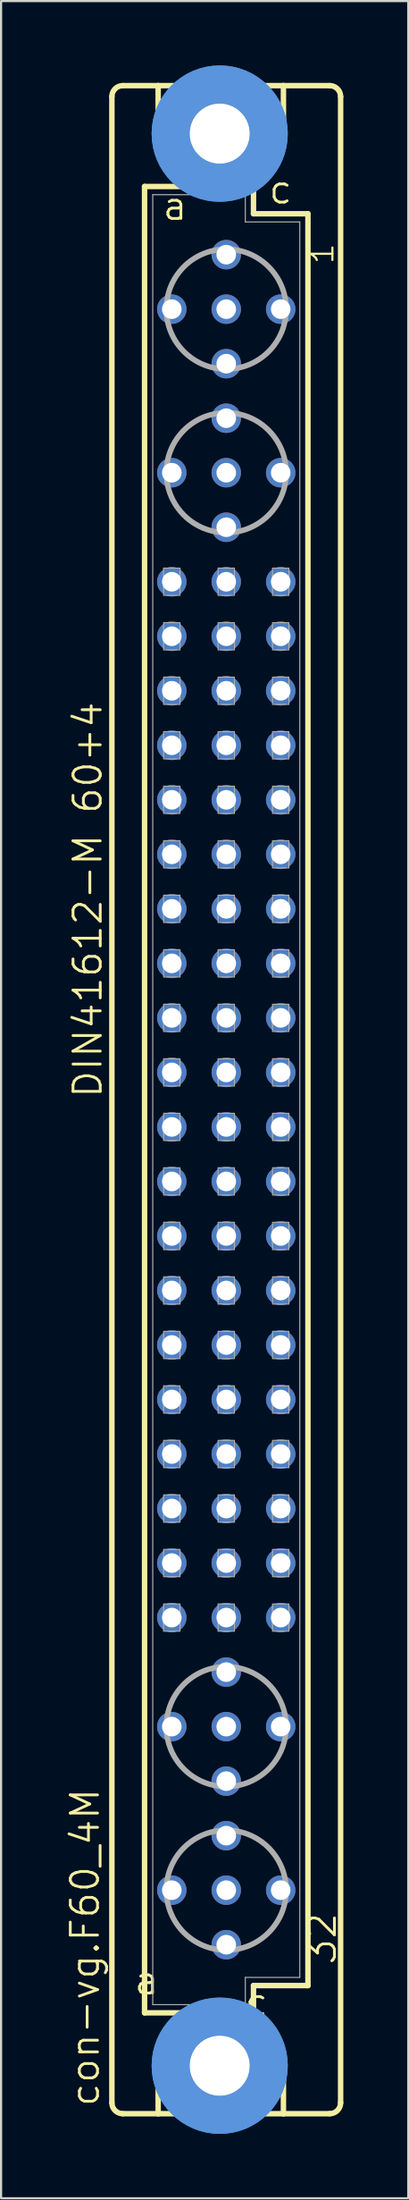
<source format=kicad_pcb>
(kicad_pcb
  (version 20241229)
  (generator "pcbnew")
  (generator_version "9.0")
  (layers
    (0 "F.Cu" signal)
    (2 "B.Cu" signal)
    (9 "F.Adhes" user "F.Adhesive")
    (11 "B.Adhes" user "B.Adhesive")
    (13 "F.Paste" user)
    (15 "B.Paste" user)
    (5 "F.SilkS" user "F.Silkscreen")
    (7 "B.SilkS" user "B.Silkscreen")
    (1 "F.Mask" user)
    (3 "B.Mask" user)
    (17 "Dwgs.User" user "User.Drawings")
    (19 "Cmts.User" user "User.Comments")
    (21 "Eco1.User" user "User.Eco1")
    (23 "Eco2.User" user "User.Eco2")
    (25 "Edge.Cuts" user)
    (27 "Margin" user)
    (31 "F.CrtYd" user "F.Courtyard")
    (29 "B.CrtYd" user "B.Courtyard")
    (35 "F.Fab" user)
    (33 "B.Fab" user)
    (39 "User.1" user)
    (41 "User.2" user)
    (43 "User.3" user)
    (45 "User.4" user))
  (footprint "con-vg.F60_4M"
    (layer "F.Cu")
    (at 7.502 48.184)
    (property "Reference" "con-vg.F60_4M" (at -5.842 46.99 90) (layer "F.SilkS") (effects (font (size 1.27 1.27) (thickness 0.13)) (justify left bottom)))
    (attr through_hole)
    (fp_line (start -5.334 46.736) (end -5.334 -46.736) (stroke (width 0.254) (type default)) (layer "F.SilkS"))
    (fp_line (start -4.826 -47.244) (end -3.175 -47.244) (stroke (width 0.254) (type default)) (layer "F.SilkS"))
    (fp_line (start -4.826 47.244) (end -3.175 47.244) (stroke (width 0.254) (type default)) (layer "F.SilkS"))
    (fp_line (start -3.81 -42.545) (end -3.81 42.545) (stroke (width 0.254) (type default)) (layer "F.SilkS"))
    (fp_line (start -3.81 42.545) (end -1.651 42.545) (stroke (width 0.254) (type default)) (layer "F.SilkS"))
    (fp_line (start -3.175 -47.244) (end -3.175 -44.45) (stroke (width 0.254) (type default)) (layer "F.SilkS"))
    (fp_line (start -3.175 47.244) (end -3.175 44.45) (stroke (width 0.254) (type default)) (layer "F.SilkS"))
    (fp_line (start -3.175 47.244) (end 2.667 47.244) (stroke (width 0.254) (type default)) (layer "F.SilkS"))
    (fp_line (start -1.651 -42.545) (end -3.81 -42.545) (stroke (width 0.254) (type default)) (layer "F.SilkS"))
    (fp_line (start -1.651 -42.545) (end -3.175 -44.45) (stroke (width 0.254) (type default)) (layer "F.SilkS"))
    (fp_line (start -1.651 42.545) (end -3.175 44.45) (stroke (width 0.254) (type default)) (layer "F.SilkS"))
    (fp_line (start -1.651 42.545) (end 1.143 42.545) (stroke (width 0.254) (type default)) (layer "F.SilkS"))
    (fp_line (start 1.143 -42.545) (end -1.651 -42.545) (stroke (width 0.254) (type default)) (layer "F.SilkS"))
    (fp_line (start 1.143 -42.545) (end 2.667 -44.45) (stroke (width 0.254) (type default)) (layer "F.SilkS"))
    (fp_line (start 1.143 42.545) (end 1.27 42.545) (stroke (width 0.254) (type default)) (layer "F.SilkS"))
    (fp_line (start 1.143 42.545) (end 2.667 44.45) (stroke (width 0.254) (type default)) (layer "F.SilkS"))
    (fp_line (start 1.27 -42.545) (end 1.143 -42.545) (stroke (width 0.254) (type default)) (layer "F.SilkS"))
    (fp_line (start 1.27 -41.275) (end 1.27 -42.545) (stroke (width 0.254) (type default)) (layer "F.SilkS"))
    (fp_line (start 1.27 41.275) (end 3.81 41.275) (stroke (width 0.254) (type default)) (layer "F.SilkS"))
    (fp_line (start 1.27 42.545) (end 1.27 41.275) (stroke (width 0.254) (type default)) (layer "F.SilkS"))
    (fp_line (start 2.667 -47.244) (end -3.175 -47.244) (stroke (width 0.254) (type default)) (layer "F.SilkS"))
    (fp_line (start 2.667 -47.244) (end 2.667 -44.45) (stroke (width 0.254) (type default)) (layer "F.SilkS"))
    (fp_line (start 2.667 47.244) (end 2.667 44.45) (stroke (width 0.254) (type default)) (layer "F.SilkS"))
    (fp_line (start 2.667 47.244) (end 4.826 47.244) (stroke (width 0.254) (type default)) (layer "F.SilkS"))
    (fp_line (start 3.81 -41.275) (end 1.27 -41.275) (stroke (width 0.254) (type default)) (layer "F.SilkS"))
    (fp_line (start 3.81 41.275) (end 3.81 -41.275) (stroke (width 0.254) (type default)) (layer "F.SilkS"))
    (fp_line (start 4.826 -47.244) (end 2.667 -47.244) (stroke (width 0.254) (type default)) (layer "F.SilkS"))
    (fp_line (start 5.334 46.736) (end 5.334 -46.736) (stroke (width 0.254) (type default)) (layer "F.SilkS"))
    (fp_arc (start -5.334 -46.736) (mid -5.18521 -47.09521) (end -4.826 -47.244) (stroke (width 0.254) (type default)) (layer "F.SilkS"))
    (fp_arc (start -4.826 47.244) (mid -5.18521 47.09521) (end -5.334 46.736) (stroke (width 0.254) (type default)) (layer "F.SilkS"))
    (fp_arc (start 4.826 -47.244) (mid 5.18521 -47.09521) (end 5.334 -46.736) (stroke (width 0.254) (type default)) (layer "F.SilkS"))
    (fp_arc (start 5.334 46.736) (mid 5.18521 47.09521) (end 4.826 47.244) (stroke (width 0.254) (type default)) (layer "F.SilkS"))
    (fp_circle (center -0.305 -45.009) (end 0.965 -45.009) (stroke (width 0.254) (type default)) (fill no) (layer "F.SilkS"))
    (fp_circle (center -0.305 45.009) (end 0.965 45.009) (stroke (width 0.254) (type default)) (fill no) (layer "F.SilkS"))
    (fp_circle (center -0.305 -45.009) (end 1.981 -45.009) (stroke (width 1.778) (type default)) (fill no) (layer "Cmts.User"))
    (fp_circle (center -0.305 -45.009) (end 1.981 -45.009) (stroke (width 1.778) (type default)) (fill no) (layer "Cmts.User"))
    (fp_circle (center -0.305 45.009) (end 1.981 45.009) (stroke (width 1.778) (type default)) (fill no) (layer "Cmts.User"))
    (fp_circle (center -0.305 45.009) (end 1.981 45.009) (stroke (width 1.778) (type default)) (fill no) (layer "Cmts.User"))
    (fp_line (start -3.429 -42.164) (end -3.429 42.164) (stroke (width 0.051) (type default)) (layer "F.Fab"))
    (fp_line (start -3.429 -42.164) (end 0.889 -42.164) (stroke (width 0.051) (type default)) (layer "F.Fab"))
    (fp_line (start -3.429 42.164) (end 0.889 42.164) (stroke (width 0.051) (type default)) (layer "F.Fab"))
    (fp_line (start 0.889 -42.164) (end 0.889 -40.894) (stroke (width 0.051) (type default)) (layer "F.Fab"))
    (fp_line (start 0.889 -40.894) (end 3.429 -40.894) (stroke (width 0.051) (type default)) (layer "F.Fab"))
    (fp_line (start 0.889 40.894) (end 3.429 40.894) (stroke (width 0.051) (type default)) (layer "F.Fab"))
    (fp_line (start 0.889 42.164) (end 0.889 40.894) (stroke (width 0.051) (type default)) (layer "F.Fab"))
    (fp_line (start 3.429 -40.894) (end 3.429 40.894) (stroke (width 0.051) (type default)) (layer "F.Fab"))
    (fp_rect (start -2.921 -23.495) (end -2.159 -24.765) (stroke (width 0.05) (type default)) (fill no) (layer "F.Fab"))
    (fp_rect (start -2.921 -20.955) (end -2.159 -22.225) (stroke (width 0.05) (type default)) (fill no) (layer "F.Fab"))
    (fp_rect (start -2.921 -18.415) (end -2.159 -19.685) (stroke (width 0.05) (type default)) (fill no) (layer "F.Fab"))
    (fp_rect (start -2.921 -15.875) (end -2.159 -17.145) (stroke (width 0.05) (type default)) (fill no) (layer "F.Fab"))
    (fp_rect (start -2.921 -13.335) (end -2.159 -14.605) (stroke (width 0.05) (type default)) (fill no) (layer "F.Fab"))
    (fp_rect (start -2.921 -10.795) (end -2.159 -12.065) (stroke (width 0.05) (type default)) (fill no) (layer "F.Fab"))
    (fp_rect (start -2.921 -8.255) (end -2.159 -9.525) (stroke (width 0.05) (type default)) (fill no) (layer "F.Fab"))
    (fp_rect (start -2.921 -5.715) (end -2.159 -6.985) (stroke (width 0.05) (type default)) (fill no) (layer "F.Fab"))
    (fp_rect (start -2.921 -3.175) (end -2.159 -4.445) (stroke (width 0.05) (type default)) (fill no) (layer "F.Fab"))
    (fp_rect (start -2.921 -0.635) (end -2.159 -1.905) (stroke (width 0.05) (type default)) (fill no) (layer "F.Fab"))
    (fp_rect (start -2.921 1.905) (end -2.159 0.635) (stroke (width 0.05) (type default)) (fill no) (layer "F.Fab"))
    (fp_rect (start -2.921 4.445) (end -2.159 3.175) (stroke (width 0.05) (type default)) (fill no) (layer "F.Fab"))
    (fp_rect (start -2.921 6.985) (end -2.159 5.715) (stroke (width 0.05) (type default)) (fill no) (layer "F.Fab"))
    (fp_rect (start -2.921 9.525) (end -2.159 8.255) (stroke (width 0.05) (type default)) (fill no) (layer "F.Fab"))
    (fp_rect (start -2.921 12.065) (end -2.159 10.795) (stroke (width 0.05) (type default)) (fill no) (layer "F.Fab"))
    (fp_rect (start -2.921 14.605) (end -2.159 13.335) (stroke (width 0.05) (type default)) (fill no) (layer "F.Fab"))
    (fp_rect (start -2.921 17.145) (end -2.159 15.875) (stroke (width 0.05) (type default)) (fill no) (layer "F.Fab"))
    (fp_rect (start -2.921 19.685) (end -2.159 18.415) (stroke (width 0.05) (type default)) (fill no) (layer "F.Fab"))
    (fp_rect (start -2.921 22.225) (end -2.159 20.955) (stroke (width 0.05) (type default)) (fill no) (layer "F.Fab"))
    (fp_rect (start -2.921 24.765) (end -2.159 23.495) (stroke (width 0.05) (type default)) (fill no) (layer "F.Fab"))
    (fp_rect (start -0.381 -23.495) (end 0.381 -24.765) (stroke (width 0.05) (type default)) (fill no) (layer "F.Fab"))
    (fp_rect (start -0.381 -20.955) (end 0.381 -22.225) (stroke (width 0.05) (type default)) (fill no) (layer "F.Fab"))
    (fp_rect (start -0.381 -18.415) (end 0.381 -19.685) (stroke (width 0.05) (type default)) (fill no) (layer "F.Fab"))
    (fp_rect (start -0.381 -15.875) (end 0.381 -17.145) (stroke (width 0.05) (type default)) (fill no) (layer "F.Fab"))
    (fp_rect (start -0.381 -13.335) (end 0.381 -14.605) (stroke (width 0.05) (type default)) (fill no) (layer "F.Fab"))
    (fp_rect (start -0.381 -10.795) (end 0.381 -12.065) (stroke (width 0.05) (type default)) (fill no) (layer "F.Fab"))
    (fp_rect (start -0.381 -8.255) (end 0.381 -9.525) (stroke (width 0.05) (type default)) (fill no) (layer "F.Fab"))
    (fp_rect (start -0.381 -5.715) (end 0.381 -6.985) (stroke (width 0.05) (type default)) (fill no) (layer "F.Fab"))
    (fp_rect (start -0.381 -3.175) (end 0.381 -4.445) (stroke (width 0.05) (type default)) (fill no) (layer "F.Fab"))
    (fp_rect (start -0.381 -0.635) (end 0.381 -1.905) (stroke (width 0.05) (type default)) (fill no) (layer "F.Fab"))
    (fp_rect (start -0.381 1.905) (end 0.381 0.635) (stroke (width 0.05) (type default)) (fill no) (layer "F.Fab"))
    (fp_rect (start -0.381 4.445) (end 0.381 3.175) (stroke (width 0.05) (type default)) (fill no) (layer "F.Fab"))
    (fp_rect (start -0.381 6.985) (end 0.381 5.715) (stroke (width 0.05) (type default)) (fill no) (layer "F.Fab"))
    (fp_rect (start -0.381 9.525) (end 0.381 8.255) (stroke (width 0.05) (type default)) (fill no) (layer "F.Fab"))
    (fp_rect (start -0.381 12.065) (end 0.381 10.795) (stroke (width 0.05) (type default)) (fill no) (layer "F.Fab"))
    (fp_rect (start -0.381 14.605) (end 0.381 13.335) (stroke (width 0.05) (type default)) (fill no) (layer "F.Fab"))
    (fp_rect (start -0.381 17.145) (end 0.381 15.875) (stroke (width 0.05) (type default)) (fill no) (layer "F.Fab"))
    (fp_rect (start -0.381 19.685) (end 0.381 18.415) (stroke (width 0.05) (type default)) (fill no) (layer "F.Fab"))
    (fp_rect (start -0.381 22.225) (end 0.381 20.955) (stroke (width 0.05) (type default)) (fill no) (layer "F.Fab"))
    (fp_rect (start -0.381 24.765) (end 0.381 23.495) (stroke (width 0.05) (type default)) (fill no) (layer "F.Fab"))
    (fp_rect (start 2.159 -23.495) (end 2.921 -24.765) (stroke (width 0.05) (type default)) (fill no) (layer "F.Fab"))
    (fp_rect (start 2.159 -20.955) (end 2.921 -22.225) (stroke (width 0.05) (type default)) (fill no) (layer "F.Fab"))
    (fp_rect (start 2.159 -18.415) (end 2.921 -19.685) (stroke (width 0.05) (type default)) (fill no) (layer "F.Fab"))
    (fp_rect (start 2.159 -15.875) (end 2.921 -17.145) (stroke (width 0.05) (type default)) (fill no) (layer "F.Fab"))
    (fp_rect (start 2.159 -13.335) (end 2.921 -14.605) (stroke (width 0.05) (type default)) (fill no) (layer "F.Fab"))
    (fp_rect (start 2.159 -10.795) (end 2.921 -12.065) (stroke (width 0.05) (type default)) (fill no) (layer "F.Fab"))
    (fp_rect (start 2.159 -8.255) (end 2.921 -9.525) (stroke (width 0.05) (type default)) (fill no) (layer "F.Fab"))
    (fp_rect (start 2.159 -5.715) (end 2.921 -6.985) (stroke (width 0.05) (type default)) (fill no) (layer "F.Fab"))
    (fp_rect (start 2.159 -3.175) (end 2.921 -4.445) (stroke (width 0.05) (type default)) (fill no) (layer "F.Fab"))
    (fp_rect (start 2.159 -0.635) (end 2.921 -1.905) (stroke (width 0.05) (type default)) (fill no) (layer "F.Fab"))
    (fp_rect (start 2.159 1.905) (end 2.921 0.635) (stroke (width 0.05) (type default)) (fill no) (layer "F.Fab"))
    (fp_rect (start 2.159 4.445) (end 2.921 3.175) (stroke (width 0.05) (type default)) (fill no) (layer "F.Fab"))
    (fp_rect (start 2.159 6.985) (end 2.921 5.715) (stroke (width 0.05) (type default)) (fill no) (layer "F.Fab"))
    (fp_rect (start 2.159 9.525) (end 2.921 8.255) (stroke (width 0.05) (type default)) (fill no) (layer "F.Fab"))
    (fp_rect (start 2.159 12.065) (end 2.921 10.795) (stroke (width 0.05) (type default)) (fill no) (layer "F.Fab"))
    (fp_rect (start 2.159 14.605) (end 2.921 13.335) (stroke (width 0.05) (type default)) (fill no) (layer "F.Fab"))
    (fp_rect (start 2.159 17.145) (end 2.921 15.875) (stroke (width 0.05) (type default)) (fill no) (layer "F.Fab"))
    (fp_rect (start 2.159 19.685) (end 2.921 18.415) (stroke (width 0.05) (type default)) (fill no) (layer "F.Fab"))
    (fp_rect (start 2.159 22.225) (end 2.921 20.955) (stroke (width 0.05) (type default)) (fill no) (layer "F.Fab"))
    (fp_rect (start 2.159 24.765) (end 2.921 23.495) (stroke (width 0.05) (type default)) (fill no) (layer "F.Fab"))
    (fp_circle (center 0 -36.83) (end 2.794 -36.83) (stroke (width 0.254) (type default)) (fill no) (layer "F.Fab"))
    (fp_circle (center 0 -29.21) (end 2.794 -29.21) (stroke (width 0.254) (type default)) (fill no) (layer "F.Fab"))
    (fp_circle (center 0 29.21) (end 2.794 29.21) (stroke (width 0.254) (type default)) (fill no) (layer "F.Fab"))
    (fp_circle (center 0 36.83) (end 2.794 36.83) (stroke (width 0.254) (type default)) (fill no) (layer "F.Fab"))
    (fp_text user "1" (at 5.08 -38.862 90) (layer "F.SilkS") (effects (font (size 1.016 1.016) (thickness 0.1)) (justify left bottom)))
    (fp_text user "DIN41612-M 60+4" (at -5.715 0 90) (layer "F.SilkS") (effects (font (size 1.27 1.27) (thickness 0.13)) (justify left bottom)))
    (fp_text user "32" (at 5.207 40.386 90) (layer "F.SilkS") (effects (font (size 1.27 1.27) (thickness 0.13)) (justify left bottom)))
    (fp_text user "a " (at -4.375 41.783 0) (layer "F.SilkS") (effects (font (size 1.27 1.27) (thickness 0.13)) (justify left bottom)))
    (fp_text user "c " (at 0.778 42.799 0) (layer "F.SilkS") (effects (font (size 1.27 1.27) (thickness 0.13)) (justify left bottom)))
    (fp_text user "c" (at 1.905 -41.656 0) (layer "F.SilkS") (effects (font (size 1.27 1.27) (thickness 0.13)) (justify left bottom)))
    (fp_text user "a" (at -3.048 -40.894 0) (layer "F.SilkS") (effects (font (size 1.27 1.27) (thickness 0.13)) (justify left bottom)))
    (pad "" np_thru_hole circle (at -0.305 -45.009) (size 2.794 2.794) (drill 2.794) (layers "*.Cu" "*.Mask"))
    (pad "" np_thru_hole circle (at -0.305 45.009) (size 2.794 2.794) (drill 2.794) (layers "*.Cu" "*.Mask"))
    (pad "A2" thru_hole circle (at -2.54 -36.83) (size 1.372 1.372) (drill 0.914) (layers "*.Cu" "*.Mask"))
    (pad "A5" thru_hole circle (at -2.54 -29.21) (size 1.372 1.372) (drill 0.914) (layers "*.Cu" "*.Mask"))
    (pad "A7" thru_hole circle (at -2.54 -24.13) (size 1.372 1.372) (drill 0.914) (layers "*.Cu" "*.Mask"))
    (pad "A8" thru_hole circle (at -2.54 -21.59) (size 1.372 1.372) (drill 0.914) (layers "*.Cu" "*.Mask"))
    (pad "A9" thru_hole circle (at -2.54 -19.05) (size 1.372 1.372) (drill 0.914) (layers "*.Cu" "*.Mask"))
    (pad "A10" thru_hole circle (at -2.54 -16.51) (size 1.372 1.372) (drill 0.914) (layers "*.Cu" "*.Mask"))
    (pad "A11" thru_hole circle (at -2.54 -13.97) (size 1.372 1.372) (drill 0.914) (layers "*.Cu" "*.Mask"))
    (pad "A12" thru_hole circle (at -2.54 -11.43) (size 1.372 1.372) (drill 0.914) (layers "*.Cu" "*.Mask"))
    (pad "A13" thru_hole circle (at -2.54 -8.89) (size 1.372 1.372) (drill 0.914) (layers "*.Cu" "*.Mask"))
    (pad "A14" thru_hole circle (at -2.54 -6.35) (size 1.372 1.372) (drill 0.914) (layers "*.Cu" "*.Mask"))
    (pad "A15" thru_hole circle (at -2.54 -3.81) (size 1.372 1.372) (drill 0.914) (layers "*.Cu" "*.Mask"))
    (pad "A16" thru_hole circle (at -2.54 -1.27) (size 1.372 1.372) (drill 0.914) (layers "*.Cu" "*.Mask"))
    (pad "A17" thru_hole circle (at -2.54 1.27) (size 1.372 1.372) (drill 0.914) (layers "*.Cu" "*.Mask"))
    (pad "A18" thru_hole circle (at -2.54 3.81) (size 1.372 1.372) (drill 0.914) (layers "*.Cu" "*.Mask"))
    (pad "A19" thru_hole circle (at -2.54 6.35) (size 1.372 1.372) (drill 0.914) (layers "*.Cu" "*.Mask"))
    (pad "A20" thru_hole circle (at -2.54 8.89) (size 1.372 1.372) (drill 0.914) (layers "*.Cu" "*.Mask"))
    (pad "A21" thru_hole circle (at -2.54 11.43) (size 1.372 1.372) (drill 0.914) (layers "*.Cu" "*.Mask"))
    (pad "A22" thru_hole circle (at -2.54 13.97) (size 1.372 1.372) (drill 0.914) (layers "*.Cu" "*.Mask"))
    (pad "A23" thru_hole circle (at -2.54 16.51) (size 1.372 1.372) (drill 0.914) (layers "*.Cu" "*.Mask"))
    (pad "A24" thru_hole circle (at -2.54 19.05) (size 1.372 1.372) (drill 0.914) (layers "*.Cu" "*.Mask"))
    (pad "A25" thru_hole circle (at -2.54 21.59) (size 1.372 1.372) (drill 0.914) (layers "*.Cu" "*.Mask"))
    (pad "A26" thru_hole circle (at -2.54 24.13) (size 1.372 1.372) (drill 0.914) (layers "*.Cu" "*.Mask"))
    (pad "A28" thru_hole circle (at -2.54 29.21) (size 1.372 1.372) (drill 0.914) (layers "*.Cu" "*.Mask"))
    (pad "A31" thru_hole circle (at -2.54 36.83) (size 1.372 1.372) (drill 0.914) (layers "*.Cu" "*.Mask"))
    (pad "B1" thru_hole circle (at 0 -39.37) (size 1.372 1.372) (drill 0.914) (layers "*.Cu" "*.Mask"))
    (pad "B2" thru_hole circle (at 0 -36.83) (size 1.372 1.372) (drill 0.914) (layers "*.Cu" "*.Mask"))
    (pad "B3" thru_hole circle (at 0 -34.29) (size 1.372 1.372) (drill 0.914) (layers "*.Cu" "*.Mask"))
    (pad "B4" thru_hole circle (at 0 -31.75) (size 1.372 1.372) (drill 0.914) (layers "*.Cu" "*.Mask"))
    (pad "B5" thru_hole circle (at 0 -29.21) (size 1.372 1.372) (drill 0.914) (layers "*.Cu" "*.Mask"))
    (pad "B6" thru_hole circle (at 0 -26.67) (size 1.372 1.372) (drill 0.914) (layers "*.Cu" "*.Mask"))
    (pad "B7" thru_hole circle (at 0 -24.13) (size 1.372 1.372) (drill 0.914) (layers "*.Cu" "*.Mask"))
    (pad "B8" thru_hole circle (at 0 -21.59) (size 1.372 1.372) (drill 0.914) (layers "*.Cu" "*.Mask"))
    (pad "B9" thru_hole circle (at 0 -19.05) (size 1.372 1.372) (drill 0.914) (layers "*.Cu" "*.Mask"))
    (pad "B10" thru_hole circle (at 0 -16.51) (size 1.372 1.372) (drill 0.914) (layers "*.Cu" "*.Mask"))
    (pad "B11" thru_hole circle (at 0 -13.97) (size 1.372 1.372) (drill 0.914) (layers "*.Cu" "*.Mask"))
    (pad "B12" thru_hole circle (at 0 -11.43) (size 1.372 1.372) (drill 0.914) (layers "*.Cu" "*.Mask"))
    (pad "B13" thru_hole circle (at 0 -8.89) (size 1.372 1.372) (drill 0.914) (layers "*.Cu" "*.Mask"))
    (pad "B14" thru_hole circle (at 0 -6.35) (size 1.372 1.372) (drill 0.914) (layers "*.Cu" "*.Mask"))
    (pad "B15" thru_hole circle (at 0 -3.81) (size 1.372 1.372) (drill 0.914) (layers "*.Cu" "*.Mask"))
    (pad "B16" thru_hole circle (at 0 -1.27) (size 1.372 1.372) (drill 0.914) (layers "*.Cu" "*.Mask"))
    (pad "B17" thru_hole circle (at 0 1.27) (size 1.372 1.372) (drill 0.914) (layers "*.Cu" "*.Mask"))
    (pad "B18" thru_hole circle (at 0 3.81) (size 1.372 1.372) (drill 0.914) (layers "*.Cu" "*.Mask"))
    (pad "B19" thru_hole circle (at 0 6.35) (size 1.372 1.372) (drill 0.914) (layers "*.Cu" "*.Mask"))
    (pad "B20" thru_hole circle (at 0 8.89) (size 1.372 1.372) (drill 0.914) (layers "*.Cu" "*.Mask"))
    (pad "B21" thru_hole circle (at 0 11.43) (size 1.372 1.372) (drill 0.914) (layers "*.Cu" "*.Mask"))
    (pad "B22" thru_hole circle (at 0 13.97) (size 1.372 1.372) (drill 0.914) (layers "*.Cu" "*.Mask"))
    (pad "B23" thru_hole circle (at 0 16.51) (size 1.372 1.372) (drill 0.914) (layers "*.Cu" "*.Mask"))
    (pad "B24" thru_hole circle (at 0 19.05) (size 1.372 1.372) (drill 0.914) (layers "*.Cu" "*.Mask"))
    (pad "B25" thru_hole circle (at 0 21.59) (size 1.372 1.372) (drill 0.914) (layers "*.Cu" "*.Mask"))
    (pad "B26" thru_hole circle (at 0 24.13) (size 1.372 1.372) (drill 0.914) (layers "*.Cu" "*.Mask"))
    (pad "B27" thru_hole circle (at 0 26.67) (size 1.372 1.372) (drill 0.914) (layers "*.Cu" "*.Mask"))
    (pad "B28" thru_hole circle (at 0 29.21) (size 1.372 1.372) (drill 0.914) (layers "*.Cu" "*.Mask"))
    (pad "B29" thru_hole circle (at 0 31.75) (size 1.372 1.372) (drill 0.914) (layers "*.Cu" "*.Mask"))
    (pad "B30" thru_hole circle (at 0 34.29) (size 1.372 1.372) (drill 0.914) (layers "*.Cu" "*.Mask"))
    (pad "B31" thru_hole circle (at 0 36.83) (size 1.372 1.372) (drill 0.914) (layers "*.Cu" "*.Mask"))
    (pad "B32" thru_hole circle (at 0 39.37) (size 1.372 1.372) (drill 0.914) (layers "*.Cu" "*.Mask"))
    (pad "C2" thru_hole circle (at 2.54 -36.83) (size 1.372 1.372) (drill 0.914) (layers "*.Cu" "*.Mask"))
    (pad "C5" thru_hole circle (at 2.54 -29.21) (size 1.372 1.372) (drill 0.914) (layers "*.Cu" "*.Mask"))
    (pad "C7" thru_hole circle (at 2.54 -24.13) (size 1.372 1.372) (drill 0.914) (layers "*.Cu" "*.Mask"))
    (pad "C8" thru_hole circle (at 2.54 -21.59) (size 1.372 1.372) (drill 0.914) (layers "*.Cu" "*.Mask"))
    (pad "C9" thru_hole circle (at 2.54 -19.05) (size 1.372 1.372) (drill 0.914) (layers "*.Cu" "*.Mask"))
    (pad "C10" thru_hole circle (at 2.54 -16.51) (size 1.372 1.372) (drill 0.914) (layers "*.Cu" "*.Mask"))
    (pad "C11" thru_hole circle (at 2.54 -13.97) (size 1.372 1.372) (drill 0.914) (layers "*.Cu" "*.Mask"))
    (pad "C12" thru_hole circle (at 2.54 -11.43) (size 1.372 1.372) (drill 0.914) (layers "*.Cu" "*.Mask"))
    (pad "C13" thru_hole circle (at 2.54 -8.89) (size 1.372 1.372) (drill 0.914) (layers "*.Cu" "*.Mask"))
    (pad "C14" thru_hole circle (at 2.54 -6.35) (size 1.372 1.372) (drill 0.914) (layers "*.Cu" "*.Mask"))
    (pad "C15" thru_hole circle (at 2.54 -3.81) (size 1.372 1.372) (drill 0.914) (layers "*.Cu" "*.Mask"))
    (pad "C16" thru_hole circle (at 2.54 -1.27) (size 1.372 1.372) (drill 0.914) (layers "*.Cu" "*.Mask"))
    (pad "C17" thru_hole circle (at 2.54 1.27) (size 1.372 1.372) (drill 0.914) (layers "*.Cu" "*.Mask"))
    (pad "C18" thru_hole circle (at 2.54 3.81) (size 1.372 1.372) (drill 0.914) (layers "*.Cu" "*.Mask"))
    (pad "C19" thru_hole circle (at 2.54 6.35) (size 1.372 1.372) (drill 0.914) (layers "*.Cu" "*.Mask"))
    (pad "C20" thru_hole circle (at 2.54 8.89) (size 1.372 1.372) (drill 0.914) (layers "*.Cu" "*.Mask"))
    (pad "C21" thru_hole circle (at 2.54 11.43) (size 1.372 1.372) (drill 0.914) (layers "*.Cu" "*.Mask"))
    (pad "C22" thru_hole circle (at 2.54 13.97) (size 1.372 1.372) (drill 0.914) (layers "*.Cu" "*.Mask"))
    (pad "C23" thru_hole circle (at 2.54 16.51) (size 1.372 1.372) (drill 0.914) (layers "*.Cu" "*.Mask"))
    (pad "C24" thru_hole circle (at 2.54 19.05) (size 1.372 1.372) (drill 0.914) (layers "*.Cu" "*.Mask"))
    (pad "C25" thru_hole circle (at 2.54 21.59) (size 1.372 1.372) (drill 0.914) (layers "*.Cu" "*.Mask"))
    (pad "C26" thru_hole circle (at 2.54 24.13) (size 1.372 1.372) (drill 0.914) (layers "*.Cu" "*.Mask"))
    (pad "C28" thru_hole circle (at 2.54 29.21) (size 1.372 1.372) (drill 0.914) (layers "*.Cu" "*.Mask"))
    (pad "C31" thru_hole circle (at 2.54 36.83) (size 1.372 1.372) (drill 0.914) (layers "*.Cu" "*.Mask")))
  (gr_rect
    (start -3 -3)
    (end 15.991 99.368)
    (stroke (width 0.1) (type default))
    (fill no)
    (layer "Edge.Cuts")))
</source>
